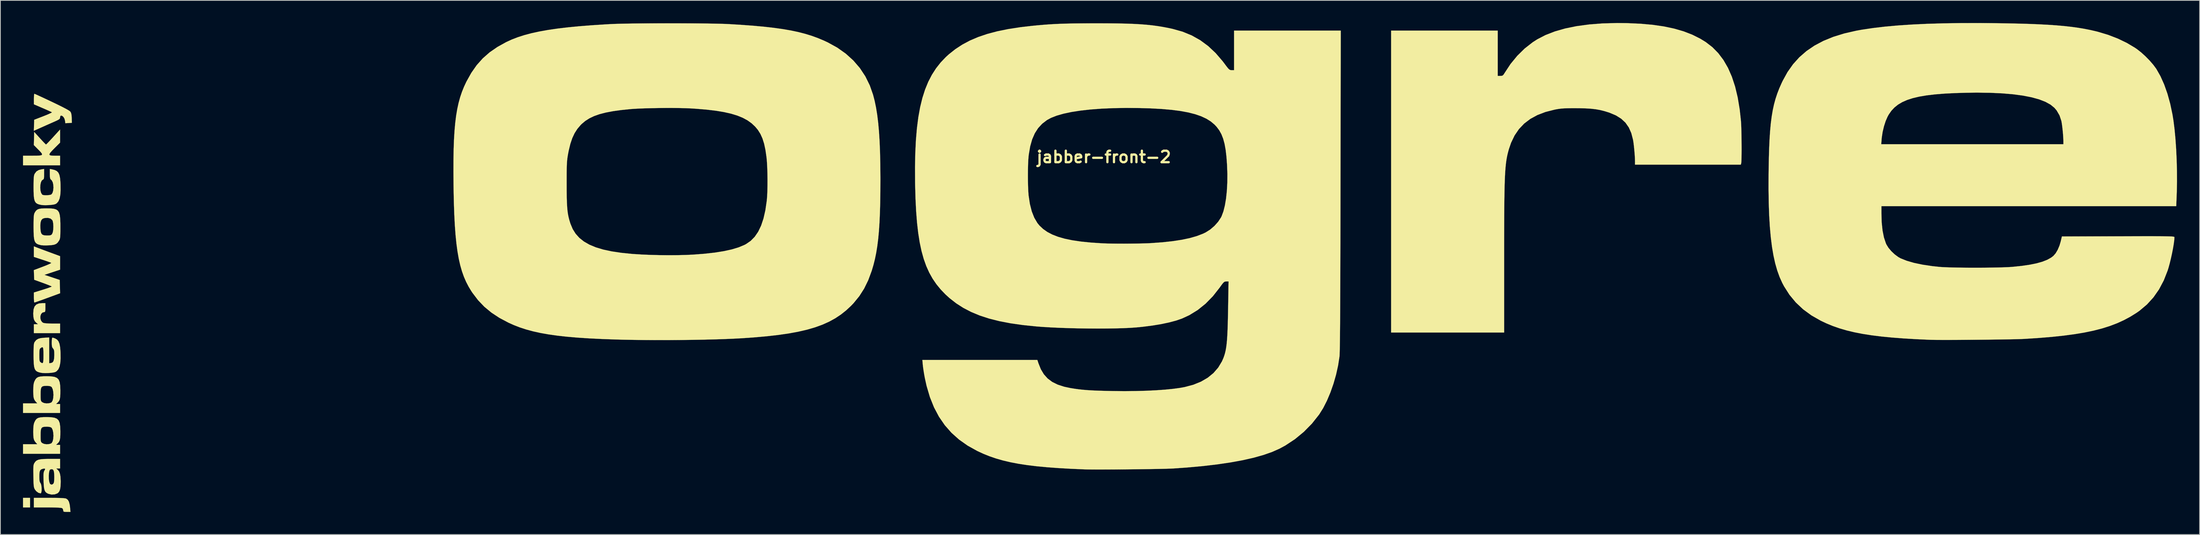
<source format=kicad_pcb>
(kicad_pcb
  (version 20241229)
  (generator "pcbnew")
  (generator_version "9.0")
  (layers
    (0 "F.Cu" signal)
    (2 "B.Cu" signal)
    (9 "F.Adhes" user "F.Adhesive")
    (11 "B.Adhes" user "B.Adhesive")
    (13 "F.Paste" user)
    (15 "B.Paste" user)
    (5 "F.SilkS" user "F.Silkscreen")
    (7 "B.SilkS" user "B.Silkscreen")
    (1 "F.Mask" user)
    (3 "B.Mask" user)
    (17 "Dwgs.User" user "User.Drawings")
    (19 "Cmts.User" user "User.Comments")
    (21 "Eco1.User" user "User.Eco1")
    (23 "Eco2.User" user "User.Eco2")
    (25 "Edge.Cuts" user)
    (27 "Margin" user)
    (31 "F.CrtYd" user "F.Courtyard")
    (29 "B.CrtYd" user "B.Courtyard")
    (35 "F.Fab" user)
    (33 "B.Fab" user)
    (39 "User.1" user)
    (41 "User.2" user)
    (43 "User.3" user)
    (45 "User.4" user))
  (footprint "jabber-front-2"
    (layer "F.Cu")
    (at 143.346 17.772)
    (property "Reference" "jabber-front-2" (at 0 0 0) (layer "F.SilkS") (effects (font (size 1.524 1.524) (thickness 0.3))))
    (attr through_hole)
    (fp_poly (pts (xy -142.409 46.482) (xy -143.341 46.482) (xy -143.341 45.212) (xy -142.409 45.212) (xy -142.409 46.482)) (stroke (width 0.01) (type solid)) (fill yes) (layer "F.SilkS"))
    (fp_poly (pts (xy -139.11 45.216) (xy -138.51 45.228) (xy -138.066 45.249) (xy -137.77 45.278) (xy -137.623 45.313) (xy -137.408 45.471) (xy -137.254 45.732) (xy -137.152 46.119) (xy -137.107 46.475) (xy -137.051 47.075) (xy -137.529 47.075) (xy -137.8 47.069) (xy -137.943 47.042) (xy -137.998 46.974) (xy -138.007 46.866) (xy -138.071 46.663) (xy -138.17 46.57) (xy -138.311 46.54) (xy -138.602 46.515) (xy -139.021 46.497) (xy -139.55 46.486) (xy -140.118 46.482) (xy -141.901 46.482) (xy -141.901 45.212) (xy -139.873 45.212) (xy -139.11 45.216)) (stroke (width 0.01) (type solid)) (fill yes) (layer "F.SilkS"))
    (fp_poly (pts (xy -140.377 19.981) (xy -140.382 20.293) (xy -140.403 20.471) (xy -140.449 20.553) (xy -140.533 20.574) (xy -140.547 20.574) (xy -140.781 20.645) (xy -140.945 20.83) (xy -141.034 21.088) (xy -141.046 21.378) (xy -140.976 21.66) (xy -140.823 21.892) (xy -140.66 22.004) (xy -140.494 22.042) (xy -140.201 22.072) (xy -139.821 22.092) (xy -139.442 22.098) (xy -138.43 22.098) (xy -138.43 23.368) (xy -141.901 23.368) (xy -141.901 22.183) (xy -141.626 22.182) (xy -141.351 22.182) (xy -141.581 21.992) (xy -141.781 21.778) (xy -141.907 21.509) (xy -141.971 21.145) (xy -141.986 20.734) (xy -141.944 20.213) (xy -141.811 19.83) (xy -141.577 19.573) (xy -141.231 19.429) (xy -140.805 19.389) (xy -140.377 19.389) (xy -140.377 19.981)) (stroke (width 0.01) (type solid)) (fill yes) (layer "F.SilkS"))
    (fp_poly (pts (xy -138.43 -1.901) (xy -139.15 -1.185) (xy -139.507 -0.822) (xy -139.739 -0.556) (xy -139.846 -0.374) (xy -139.827 -0.26) (xy -139.683 -0.198) (xy -139.414 -0.173) (xy -139.15 -0.169) (xy -138.43 -0.169) (xy -138.43 1.101) (xy -143.341 1.101) (xy -143.341 -0.169) (xy -142.071 -0.169) (xy -141.528 -0.172) (xy -141.144 -0.19) (xy -140.909 -0.233) (xy -140.812 -0.315) (xy -140.844 -0.448) (xy -140.993 -0.644) (xy -141.251 -0.915) (xy -141.354 -1.019) (xy -141.908 -1.577) (xy -141.859 -3.32) (xy -141.101 -2.486) (xy -140.818 -2.178) (xy -140.575 -1.921) (xy -140.395 -1.739) (xy -140.301 -1.654) (xy -140.294 -1.651) (xy -140.223 -1.71) (xy -140.059 -1.874) (xy -139.822 -2.122) (xy -139.533 -2.431) (xy -139.337 -2.645) (xy -138.43 -3.64) (xy -138.43 -1.901)) (stroke (width 0.01) (type solid)) (fill yes) (layer "F.SilkS"))
    (fp_poly (pts (xy -141.499 12.014) (xy -141.282 12.097) (xy -140.943 12.225) (xy -140.52 12.383) (xy -140.05 12.557) (xy -139.763 12.663) (xy -138.43 13.154) (xy -138.43 14.949) (xy -139.467 15.291) (xy -140.504 15.634) (xy -138.472 16.312) (xy -138.449 17.194) (xy -138.425 18.076) (xy -140.1 18.692) (xy -140.601 18.875) (xy -141.048 19.036) (xy -141.417 19.167) (xy -141.684 19.259) (xy -141.824 19.303) (xy -141.838 19.306) (xy -141.868 19.227) (xy -141.89 19.02) (xy -141.901 18.724) (xy -141.901 18.64) (xy -141.901 17.976) (xy -140.716 17.608) (xy -140.298 17.474) (xy -139.945 17.355) (xy -139.685 17.259) (xy -139.546 17.198) (xy -139.531 17.184) (xy -139.606 17.137) (xy -139.813 17.046) (xy -140.124 16.922) (xy -140.51 16.776) (xy -140.695 16.708) (xy -141.859 16.288) (xy -141.908 15.007) (xy -140.718 14.557) (xy -140.31 14.398) (xy -139.97 14.255) (xy -139.726 14.141) (xy -139.602 14.067) (xy -139.593 14.049) (xy -139.693 14.002) (xy -139.924 13.915) (xy -140.253 13.799) (xy -140.65 13.665) (xy -140.78 13.622) (xy -141.901 13.255) (xy -141.901 11.856) (xy -141.499 12.014)) (stroke (width 0.01) (type solid)) (fill yes) (layer "F.SilkS"))
    (fp_poly (pts (xy -141.748 -8.347) (xy -141.525 -8.248) (xy -141.188 -8.094) (xy -140.756 -7.895) (xy -140.249 -7.658) (xy -139.687 -7.393) (xy -139.497 -7.303) (xy -138.702 -6.921) (xy -138.063 -6.603) (xy -137.58 -6.349) (xy -137.252 -6.158) (xy -137.078 -6.029) (xy -137.059 -6.008) (xy -136.963 -5.818) (xy -136.906 -5.54) (xy -136.882 -5.162) (xy -136.864 -4.53) (xy -137.296 -4.504) (xy -137.729 -4.479) (xy -137.777 -4.838) (xy -137.85 -5.092) (xy -137.974 -5.299) (xy -138.123 -5.441) (xy -138.268 -5.498) (xy -138.379 -5.453) (xy -138.429 -5.287) (xy -138.43 -5.261) (xy -138.442 -5.146) (xy -138.495 -5.052) (xy -138.619 -4.958) (xy -138.842 -4.842) (xy -139.191 -4.684) (xy -139.213 -4.674) (xy -139.628 -4.491) (xy -140.125 -4.271) (xy -140.632 -4.045) (xy -140.952 -3.903) (xy -141.908 -3.477) (xy -141.883 -4.206) (xy -141.859 -4.934) (xy -140.649 -5.402) (xy -140.238 -5.566) (xy -139.895 -5.713) (xy -139.647 -5.83) (xy -139.517 -5.907) (xy -139.506 -5.927) (xy -139.604 -5.98) (xy -139.829 -6.085) (xy -140.151 -6.23) (xy -140.541 -6.401) (xy -140.736 -6.485) (xy -141.898 -6.985) (xy -141.9 -7.684) (xy -141.893 -8.003) (xy -141.875 -8.246) (xy -141.848 -8.373) (xy -141.838 -8.382) (xy -141.748 -8.347)) (stroke (width 0.01) (type solid)) (fill yes) (layer "F.SilkS"))
    (fp_poly (pts (xy -139.618 29.101) (xy -139.167 29.169) (xy -138.84 29.307) (xy -138.618 29.533) (xy -138.482 29.867) (xy -138.413 30.329) (xy -138.392 30.938) (xy -138.392 30.946) (xy -138.396 31.465) (xy -138.42 31.848) (xy -138.469 32.125) (xy -138.552 32.33) (xy -138.674 32.494) (xy -138.742 32.562) (xy -138.963 32.766) (xy -138.43 32.766) (xy -138.43 33.951) (xy -143.341 33.951) (xy -143.341 32.681) (xy -141.448 32.681) (xy -141.622 32.491) (xy -141.778 32.297) (xy -141.883 32.098) (xy -141.946 31.853) (xy -141.976 31.522) (xy -141.976 31.506) (xy -141.012 31.506) (xy -141.009 31.898) (xy -140.996 32.157) (xy -140.965 32.321) (xy -140.908 32.428) (xy -140.819 32.514) (xy -140.812 32.519) (xy -140.571 32.635) (xy -140.253 32.686) (xy -139.924 32.673) (xy -139.649 32.595) (xy -139.54 32.521) (xy -139.41 32.293) (xy -139.332 31.955) (xy -139.306 31.559) (xy -139.331 31.156) (xy -139.406 30.798) (xy -139.53 30.535) (xy -139.568 30.491) (xy -139.746 30.399) (xy -140.058 30.359) (xy -140.208 30.356) (xy -140.531 30.368) (xy -140.754 30.423) (xy -140.895 30.545) (xy -140.973 30.762) (xy -141.006 31.099) (xy -141.012 31.506) (xy -141.976 31.506) (xy -141.984 31.066) (xy -141.984 31.015) (xy -141.976 30.548) (xy -141.948 30.207) (xy -141.897 29.95) (xy -141.822 29.746) (xy -141.684 29.487) (xy -141.524 29.305) (xy -141.311 29.186) (xy -141.014 29.118) (xy -140.601 29.088) (xy -140.212 29.083) (xy -139.618 29.101)) (stroke (width 0.01) (type solid)) (fill yes) (layer "F.SilkS"))
    (fp_poly (pts (xy -139.618 34.52) (xy -139.167 34.588) (xy -138.84 34.725) (xy -138.618 34.951) (xy -138.482 35.286) (xy -138.413 35.748) (xy -138.392 36.357) (xy -138.392 36.364) (xy -138.396 36.884) (xy -138.42 37.266) (xy -138.469 37.544) (xy -138.552 37.749) (xy -138.674 37.913) (xy -138.742 37.98) (xy -138.963 38.185) (xy -138.43 38.185) (xy -138.43 39.37) (xy -143.341 39.37) (xy -143.341 38.1) (xy -141.448 38.1) (xy -141.622 37.91) (xy -141.778 37.716) (xy -141.883 37.517) (xy -141.946 37.271) (xy -141.976 36.941) (xy -141.976 36.925) (xy -141.012 36.925) (xy -141.009 37.316) (xy -140.996 37.575) (xy -140.965 37.74) (xy -140.908 37.847) (xy -140.819 37.933) (xy -140.812 37.938) (xy -140.571 38.053) (xy -140.253 38.105) (xy -139.924 38.092) (xy -139.649 38.014) (xy -139.54 37.94) (xy -139.41 37.712) (xy -139.332 37.374) (xy -139.306 36.978) (xy -139.331 36.575) (xy -139.406 36.216) (xy -139.53 35.953) (xy -139.568 35.909) (xy -139.746 35.818) (xy -140.058 35.777) (xy -140.208 35.774) (xy -140.531 35.787) (xy -140.754 35.841) (xy -140.895 35.964) (xy -140.973 36.181) (xy -141.006 36.518) (xy -141.012 36.925) (xy -141.976 36.925) (xy -141.984 36.484) (xy -141.984 36.433) (xy -141.976 35.966) (xy -141.948 35.625) (xy -141.897 35.368) (xy -141.822 35.164) (xy -141.684 34.906) (xy -141.524 34.723) (xy -141.311 34.605) (xy -141.014 34.537) (xy -140.601 34.507) (xy -140.212 34.502) (xy -139.618 34.52)) (stroke (width 0.01) (type solid)) (fill yes) (layer "F.SilkS"))
    (fp_poly (pts (xy -140.547 2.269) (xy -140.551 2.614) (xy -140.571 2.825) (xy -140.613 2.94) (xy -140.686 2.995) (xy -140.709 3.003) (xy -140.866 3.135) (xy -140.977 3.387) (xy -141.043 3.718) (xy -141.061 4.085) (xy -141.03 4.445) (xy -140.949 4.755) (xy -140.817 4.974) (xy -140.767 5.015) (xy -140.603 5.061) (xy -140.337 5.078) (xy -140.037 5.068) (xy -139.766 5.033) (xy -139.592 4.977) (xy -139.584 4.972) (xy -139.436 4.772) (xy -139.343 4.461) (xy -139.306 4.091) (xy -139.323 3.709) (xy -139.396 3.367) (xy -139.523 3.115) (xy -139.583 3.055) (xy -139.686 2.957) (xy -139.747 2.834) (xy -139.776 2.642) (xy -139.784 2.336) (xy -139.785 2.243) (xy -139.785 1.59) (xy -139.481 1.647) (xy -139.123 1.739) (xy -138.852 1.878) (xy -138.654 2.087) (xy -138.518 2.387) (xy -138.431 2.802) (xy -138.381 3.353) (xy -138.367 3.637) (xy -138.358 4.407) (xy -138.399 5.028) (xy -138.494 5.513) (xy -138.646 5.874) (xy -138.858 6.127) (xy -139.035 6.241) (xy -139.248 6.303) (xy -139.577 6.352) (xy -139.969 6.384) (xy -140.37 6.396) (xy -140.728 6.385) (xy -140.928 6.361) (xy -141.241 6.29) (xy -141.484 6.192) (xy -141.663 6.047) (xy -141.79 5.834) (xy -141.872 5.532) (xy -141.919 5.119) (xy -141.94 4.576) (xy -141.944 4.022) (xy -141.941 3.458) (xy -141.933 3.036) (xy -141.917 2.73) (xy -141.89 2.511) (xy -141.851 2.353) (xy -141.797 2.229) (xy -141.794 2.223) (xy -141.567 1.922) (xy -141.259 1.734) (xy -140.906 1.644) (xy -140.547 1.587) (xy -140.547 2.269)) (stroke (width 0.01) (type solid)) (fill yes) (layer "F.SilkS"))
    (fp_poly (pts (xy -139.684 6.826) (xy -139.269 6.868) (xy -138.953 6.96) (xy -138.723 7.12) (xy -138.564 7.366) (xy -138.465 7.716) (xy -138.412 8.188) (xy -138.39 8.799) (xy -138.388 9.271) (xy -138.389 9.824) (xy -138.396 10.236) (xy -138.41 10.535) (xy -138.435 10.747) (xy -138.472 10.901) (xy -138.524 11.024) (xy -138.557 11.082) (xy -138.737 11.344) (xy -138.939 11.521) (xy -139.202 11.631) (xy -139.565 11.693) (xy -139.912 11.719) (xy -140.294 11.731) (xy -140.647 11.726) (xy -140.911 11.705) (xy -140.97 11.695) (xy -141.267 11.618) (xy -141.497 11.519) (xy -141.668 11.376) (xy -141.79 11.169) (xy -141.87 10.876) (xy -141.916 10.477) (xy -141.938 9.951) (xy -141.944 9.277) (xy -141.944 9.271) (xy -141.943 9.076) (xy -141.048 9.076) (xy -141.041 9.406) (xy -141.006 9.837) (xy -140.928 10.126) (xy -140.786 10.301) (xy -140.556 10.388) (xy -140.213 10.414) (xy -140.154 10.414) (xy -139.854 10.407) (xy -139.672 10.375) (xy -139.557 10.301) (xy -139.474 10.192) (xy -139.385 9.956) (xy -139.332 9.614) (xy -139.316 9.223) (xy -139.337 8.84) (xy -139.396 8.524) (xy -139.461 8.369) (xy -139.691 8.169) (xy -140.038 8.078) (xy -140.48 8.098) (xy -140.736 8.186) (xy -140.91 8.365) (xy -141.012 8.655) (xy -141.048 9.076) (xy -141.943 9.076) (xy -141.942 8.692) (xy -141.934 8.256) (xy -141.92 7.937) (xy -141.895 7.708) (xy -141.86 7.545) (xy -141.81 7.419) (xy -141.794 7.388) (xy -141.648 7.161) (xy -141.481 7.002) (xy -141.259 6.899) (xy -140.951 6.842) (xy -140.525 6.819) (xy -140.212 6.816) (xy -139.684 6.826)) (stroke (width 0.01) (type solid)) (fill yes) (layer "F.SilkS"))
    (fp_poly (pts (xy -139.869 27.359) (xy -139.638 27.332) (xy -139.439 27.258) (xy -139.304 27.077) (xy -139.224 26.771) (xy -139.194 26.322) (xy -139.193 26.226) (xy -139.2 25.871) (xy -139.229 25.641) (xy -139.288 25.491) (xy -139.361 25.4) (xy -139.452 25.278) (xy -139.505 25.108) (xy -139.527 24.846) (xy -139.531 24.596) (xy -139.52 24.263) (xy -139.489 24.042) (xy -139.444 23.961) (xy -139.443 23.961) (xy -139.312 23.991) (xy -139.104 24.066) (xy -139.067 24.081) (xy -138.825 24.227) (xy -138.642 24.45) (xy -138.512 24.77) (xy -138.426 25.21) (xy -138.376 25.79) (xy -138.368 25.945) (xy -138.358 26.709) (xy -138.402 27.325) (xy -138.502 27.806) (xy -138.661 28.164) (xy -138.885 28.413) (xy -139.047 28.514) (xy -139.266 28.578) (xy -139.6 28.627) (xy -139.997 28.658) (xy -140.401 28.667) (xy -140.759 28.651) (xy -140.928 28.629) (xy -141.241 28.557) (xy -141.483 28.459) (xy -141.663 28.315) (xy -141.789 28.102) (xy -141.872 27.801) (xy -141.919 27.389) (xy -141.94 26.847) (xy -141.944 26.289) (xy -141.182 26.289) (xy -141.178 26.677) (xy -141.161 26.932) (xy -141.126 27.09) (xy -141.066 27.186) (xy -141.017 27.227) (xy -140.867 27.325) (xy -140.762 27.348) (xy -140.694 27.28) (xy -140.654 27.1) (xy -140.636 26.791) (xy -140.631 26.332) (xy -140.631 26.289) (xy -140.635 25.818) (xy -140.652 25.497) (xy -140.69 25.308) (xy -140.755 25.231) (xy -140.858 25.249) (xy -141.004 25.341) (xy -141.017 25.351) (xy -141.095 25.428) (xy -141.144 25.546) (xy -141.17 25.74) (xy -141.18 26.047) (xy -141.182 26.289) (xy -141.944 26.289) (xy -141.944 26.285) (xy -141.942 25.725) (xy -141.934 25.309) (xy -141.919 25.008) (xy -141.894 24.799) (xy -141.857 24.654) (xy -141.805 24.546) (xy -141.794 24.53) (xy -141.593 24.286) (xy -141.343 24.124) (xy -141.005 24.027) (xy -140.54 23.978) (xy -140.54 23.978) (xy -139.869 23.939) (xy -139.869 27.359)) (stroke (width 0.01) (type solid)) (fill yes) (layer "F.SilkS"))
    (fp_poly (pts (xy -138.43 41.317) (xy -138.947 41.317) (xy -138.727 41.508) (xy -138.56 41.711) (xy -138.446 42.001) (xy -138.377 42.402) (xy -138.349 42.94) (xy -138.348 43.095) (xy -138.363 43.639) (xy -138.418 44.042) (xy -138.519 44.332) (xy -138.675 44.535) (xy -138.795 44.623) (xy -139.155 44.755) (xy -139.574 44.773) (xy -139.984 44.676) (xy -140.011 44.665) (xy -140.221 44.553) (xy -140.375 44.408) (xy -140.482 44.204) (xy -140.552 43.913) (xy -140.594 43.508) (xy -140.618 42.961) (xy -140.618 42.954) (xy -140.629 42.477) (xy -140.628 42.282) (xy -139.932 42.282) (xy -139.923 42.674) (xy -139.876 43.026) (xy -139.797 43.29) (xy -139.734 43.388) (xy -139.558 43.468) (xy -139.38 43.397) (xy -139.274 43.26) (xy -139.229 43.082) (xy -139.202 42.79) (xy -139.194 42.441) (xy -139.206 42.088) (xy -139.236 41.787) (xy -139.277 41.614) (xy -139.378 41.45) (xy -139.544 41.413) (xy -139.594 41.418) (xy -139.731 41.45) (xy -139.813 41.536) (xy -139.867 41.719) (xy -139.898 41.9) (xy -139.932 42.282) (xy -140.628 42.282) (xy -140.627 42.138) (xy -140.609 41.904) (xy -140.574 41.743) (xy -140.518 41.624) (xy -140.507 41.606) (xy -140.41 41.421) (xy -140.442 41.336) (xy -140.613 41.339) (xy -140.704 41.357) (xy -140.92 41.429) (xy -141.06 41.552) (xy -141.141 41.758) (xy -141.176 42.079) (xy -141.182 42.38) (xy -141.173 42.761) (xy -141.142 43.012) (xy -141.083 43.174) (xy -141.034 43.241) (xy -140.955 43.402) (xy -140.902 43.652) (xy -140.876 43.943) (xy -140.878 44.23) (xy -140.909 44.465) (xy -140.97 44.602) (xy -141.008 44.619) (xy -141.297 44.543) (xy -141.578 44.339) (xy -141.755 44.118) (xy -141.824 43.995) (xy -141.875 43.862) (xy -141.91 43.69) (xy -141.935 43.45) (xy -141.951 43.115) (xy -141.963 42.654) (xy -141.969 42.333) (xy -141.977 41.793) (xy -141.978 41.394) (xy -141.969 41.108) (xy -141.949 40.907) (xy -141.914 40.762) (xy -141.863 40.646) (xy -141.819 40.571) (xy -141.684 40.39) (xy -141.52 40.255) (xy -141.302 40.16) (xy -141.005 40.098) (xy -140.602 40.063) (xy -140.069 40.049) (xy -139.745 40.047) (xy -138.43 40.047) (xy -138.43 41.317)) (stroke (width 0.01) (type solid)) (fill yes) (layer "F.SilkS"))
    (fp_poly (pts (xy 69.384 -17.753) (xy 71.16 -17.675) (xy 72.789 -17.529) (xy 74.283 -17.313) (xy 75.649 -17.023) (xy 76.899 -16.659) (xy 78.042 -16.217) (xy 79.087 -15.694) (xy 79.826 -15.241) (xy 80.7 -14.567) (xy 81.481 -13.775) (xy 82.171 -12.86) (xy 82.773 -11.819) (xy 83.287 -10.647) (xy 83.717 -9.34) (xy 84.062 -7.895) (xy 84.326 -6.307) (xy 84.493 -4.784) (xy 84.515 -4.442) (xy 84.535 -3.99) (xy 84.551 -3.455) (xy 84.564 -2.862) (xy 84.573 -2.238) (xy 84.578 -1.608) (xy 84.58 -0.998) (xy 84.577 -0.434) (xy 84.57 0.058) (xy 84.559 0.452) (xy 84.543 0.721) (xy 84.529 0.826) (xy 84.478 1.016) (xy 70.443 1.016) (xy 70.443 0.529) (xy 70.431 0.137) (xy 70.399 -0.361) (xy 70.353 -0.91) (xy 70.298 -1.454) (xy 70.238 -1.937) (xy 70.182 -2.286) (xy 69.954 -3.163) (xy 69.623 -3.913) (xy 69.18 -4.548) (xy 68.613 -5.077) (xy 67.914 -5.514) (xy 67.071 -5.87) (xy 66.959 -5.908) (xy 66.373 -6.088) (xy 65.81 -6.228) (xy 65.236 -6.331) (xy 64.616 -6.402) (xy 63.915 -6.446) (xy 63.098 -6.467) (xy 62.611 -6.47) (xy 61.958 -6.47) (xy 61.44 -6.462) (xy 61.021 -6.447) (xy 60.666 -6.42) (xy 60.341 -6.38) (xy 60.01 -6.324) (xy 59.786 -6.281) (xy 58.579 -5.975) (xy 57.506 -5.567) (xy 56.564 -5.055) (xy 55.746 -4.434) (xy 55.05 -3.701) (xy 54.471 -2.852) (xy 54.005 -1.883) (xy 53.719 -1.048) (xy 53.632 -0.738) (xy 53.553 -0.428) (xy 53.482 -0.111) (xy 53.419 0.224) (xy 53.362 0.587) (xy 53.313 0.986) (xy 53.269 1.432) (xy 53.231 1.934) (xy 53.199 2.501) (xy 53.172 3.144) (xy 53.149 3.871) (xy 53.131 4.692) (xy 53.117 5.617) (xy 53.105 6.655) (xy 53.097 7.816) (xy 53.092 9.109) (xy 53.088 10.544) (xy 53.086 12.131) (xy 53.086 13.651) (xy 53.086 23.283) (xy 38.1 23.283) (xy 38.1 -16.764) (xy 52.239 -16.764) (xy 52.239 -10.753) (xy 52.58 -10.753) (xy 52.787 -10.765) (xy 52.926 -10.829) (xy 53.051 -10.981) (xy 53.152 -11.145) (xy 53.938 -12.337) (xy 54.83 -13.422) (xy 55.812 -14.386) (xy 56.87 -15.213) (xy 57.479 -15.605) (xy 58.572 -16.17) (xy 59.81 -16.65) (xy 61.189 -17.045) (xy 62.707 -17.355) (xy 64.362 -17.578) (xy 66.152 -17.716) (xy 68.072 -17.767) (xy 69.384 -17.753)) (stroke (width 0.01) (type solid)) (fill yes) (layer "F.SilkS"))
    (fp_poly (pts (xy 117.729 -17.752) (xy 119.513 -17.728) (xy 121.141 -17.695) (xy 122.625 -17.653) (xy 123.978 -17.599) (xy 125.213 -17.534) (xy 126.341 -17.457) (xy 127.377 -17.365) (xy 128.331 -17.259) (xy 129.218 -17.136) (xy 130.05 -16.997) (xy 130.839 -16.84) (xy 131.599 -16.664) (xy 131.846 -16.601) (xy 133.189 -16.198) (xy 134.475 -15.702) (xy 135.67 -15.127) (xy 136.743 -14.489) (xy 137.028 -14.293) (xy 137.575 -13.864) (xy 138.144 -13.348) (xy 138.693 -12.788) (xy 139.181 -12.225) (xy 139.566 -11.704) (xy 139.583 -11.678) (xy 140.127 -10.721) (xy 140.62 -9.619) (xy 141.054 -8.391) (xy 141.423 -7.057) (xy 141.722 -5.634) (xy 141.853 -4.826) (xy 141.997 -3.682) (xy 142.117 -2.408) (xy 142.211 -1.042) (xy 142.278 0.378) (xy 142.316 1.814) (xy 142.323 3.228) (xy 142.298 4.581) (xy 142.285 4.932) (xy 142.222 6.519) (xy 103.124 6.519) (xy 103.124 7.496) (xy 103.161 8.692) (xy 103.271 9.75) (xy 103.453 10.665) (xy 103.708 11.433) (xy 103.781 11.599) (xy 104.05 12.039) (xy 104.432 12.494) (xy 104.883 12.92) (xy 105.359 13.272) (xy 105.664 13.443) (xy 106.473 13.767) (xy 107.443 14.048) (xy 108.571 14.284) (xy 109.853 14.476) (xy 110.786 14.577) (xy 111.221 14.608) (xy 111.8 14.634) (xy 112.497 14.655) (xy 113.287 14.671) (xy 114.146 14.681) (xy 115.047 14.687) (xy 115.965 14.687) (xy 116.874 14.682) (xy 117.751 14.672) (xy 118.568 14.657) (xy 119.302 14.637) (xy 119.926 14.612) (xy 120.415 14.582) (xy 120.481 14.576) (xy 121.706 14.45) (xy 122.772 14.295) (xy 123.688 14.111) (xy 124.464 13.894) (xy 125.108 13.642) (xy 125.628 13.353) (xy 125.925 13.126) (xy 126.224 12.784) (xy 126.502 12.314) (xy 126.739 11.757) (xy 126.902 11.207) (xy 127.059 10.541) (xy 134.523 10.519) (xy 135.819 10.516) (xy 136.956 10.513) (xy 137.944 10.511) (xy 138.794 10.511) (xy 139.517 10.512) (xy 140.121 10.514) (xy 140.619 10.518) (xy 141.02 10.525) (xy 141.334 10.533) (xy 141.572 10.543) (xy 141.745 10.556) (xy 141.862 10.572) (xy 141.933 10.59) (xy 141.971 10.612) (xy 141.984 10.636) (xy 141.984 10.646) (xy 141.958 11.034) (xy 141.89 11.547) (xy 141.789 12.149) (xy 141.661 12.802) (xy 141.514 13.47) (xy 141.356 14.116) (xy 141.195 14.704) (xy 141.082 15.064) (xy 140.568 16.373) (xy 139.941 17.558) (xy 139.199 18.62) (xy 138.339 19.563) (xy 137.36 20.388) (xy 136.945 20.679) (xy 136.136 21.182) (xy 135.289 21.637) (xy 134.39 22.047) (xy 133.43 22.413) (xy 132.396 22.74) (xy 131.276 23.029) (xy 130.058 23.283) (xy 128.732 23.505) (xy 127.284 23.698) (xy 125.704 23.865) (xy 123.98 24.007) (xy 122.1 24.129) (xy 122.005 24.134) (xy 121.654 24.149) (xy 121.155 24.164) (xy 120.529 24.179) (xy 119.794 24.193) (xy 118.971 24.207) (xy 118.08 24.219) (xy 117.142 24.231) (xy 116.175 24.241) (xy 115.2 24.25) (xy 114.238 24.257) (xy 113.308 24.263) (xy 112.429 24.266) (xy 111.623 24.267) (xy 110.91 24.266) (xy 110.308 24.263) (xy 109.839 24.256) (xy 109.559 24.249) (xy 107.717 24.165) (xy 106.032 24.065) (xy 104.491 23.946) (xy 103.081 23.808) (xy 101.791 23.646) (xy 100.606 23.46) (xy 99.517 23.247) (xy 98.508 23.004) (xy 97.569 22.73) (xy 96.687 22.423) (xy 95.85 22.08) (xy 95.077 21.715) (xy 93.841 21.011) (xy 92.74 20.206) (xy 91.77 19.295) (xy 90.926 18.276) (xy 90.204 17.144) (xy 89.97 16.701) (xy 89.621 15.926) (xy 89.312 15.07) (xy 89.041 14.124) (xy 88.809 13.08) (xy 88.613 11.929) (xy 88.454 10.663) (xy 88.329 9.275) (xy 88.238 7.754) (xy 88.18 6.094) (xy 88.154 4.286) (xy 88.159 2.322) (xy 88.165 1.82) (xy 88.192 0.291) (xy 88.231 -1.084) (xy 88.259 -1.693) (xy 103.099 -1.693) (xy 127.254 -1.693) (xy 127.254 -2.15) (xy 127.242 -2.534) (xy 127.209 -3.014) (xy 127.161 -3.537) (xy 127.104 -4.047) (xy 127.042 -4.49) (xy 126.988 -4.784) (xy 126.746 -5.512) (xy 126.368 -6.164) (xy 126.065 -6.523) (xy 125.55 -6.945) (xy 124.874 -7.318) (xy 124.039 -7.642) (xy 123.047 -7.916) (xy 121.9 -8.141) (xy 120.6 -8.316) (xy 119.147 -8.44) (xy 117.545 -8.514) (xy 115.794 -8.536) (xy 114.427 -8.521) (xy 112.872 -8.475) (xy 111.475 -8.404) (xy 110.226 -8.304) (xy 109.117 -8.172) (xy 108.137 -8.007) (xy 107.277 -7.804) (xy 106.528 -7.561) (xy 105.88 -7.275) (xy 105.323 -6.944) (xy 104.848 -6.563) (xy 104.445 -6.131) (xy 104.105 -5.645) (xy 103.942 -5.354) (xy 103.685 -4.766) (xy 103.46 -4.069) (xy 103.283 -3.323) (xy 103.171 -2.589) (xy 103.153 -2.4) (xy 103.099 -1.693) (xy 88.259 -1.693) (xy 88.287 -2.322) (xy 88.36 -3.436) (xy 88.453 -4.444) (xy 88.57 -5.359) (xy 88.711 -6.198) (xy 88.88 -6.976) (xy 89.079 -7.709) (xy 89.311 -8.411) (xy 89.577 -9.099) (xy 89.881 -9.787) (xy 90.04 -10.12) (xy 90.672 -11.266) (xy 91.402 -12.299) (xy 92.237 -13.226) (xy 93.183 -14.048) (xy 94.245 -14.771) (xy 95.43 -15.399) (xy 96.744 -15.935) (xy 98.193 -16.383) (xy 99.784 -16.747) (xy 100.542 -16.884) (xy 102 -17.101) (xy 103.587 -17.288) (xy 105.308 -17.443) (xy 107.167 -17.567) (xy 109.169 -17.662) (xy 111.32 -17.726) (xy 113.624 -17.76) (xy 116.087 -17.765) (xy 117.729 -17.752)) (stroke (width 0.01) (type solid)) (fill yes) (layer "F.SilkS"))
    (fp_poly (pts (xy -56.915 -17.731) (xy -55.765 -17.728) (xy -54.647 -17.723) (xy -53.58 -17.714) (xy -52.584 -17.702) (xy -51.679 -17.687) (xy -50.886 -17.669) (xy -50.223 -17.649) (xy -49.742 -17.627) (xy -48.032 -17.522) (xy -46.477 -17.406) (xy -45.063 -17.277) (xy -43.777 -17.131) (xy -42.603 -16.967) (xy -41.529 -16.782) (xy -40.539 -16.573) (xy -39.62 -16.337) (xy -38.759 -16.073) (xy -37.94 -15.776) (xy -37.151 -15.446) (xy -36.618 -15.198) (xy -35.356 -14.503) (xy -34.224 -13.701) (xy -33.224 -12.797) (xy -32.359 -11.793) (xy -31.631 -10.69) (xy -31.041 -9.49) (xy -30.61 -8.261) (xy -30.398 -7.445) (xy -30.215 -6.559) (xy -30.058 -5.59) (xy -29.928 -4.528) (xy -29.823 -3.359) (xy -29.742 -2.072) (xy -29.685 -0.656) (xy -29.649 0.903) (xy -29.635 2.616) (xy -29.634 2.972) (xy -29.641 4.634) (xy -29.663 6.141) (xy -29.702 7.507) (xy -29.759 8.747) (xy -29.835 9.874) (xy -29.932 10.902) (xy -30.051 11.846) (xy -30.193 12.719) (xy -30.36 13.536) (xy -30.553 14.311) (xy -30.774 15.057) (xy -30.787 15.1) (xy -31.247 16.342) (xy -31.791 17.454) (xy -32.434 18.461) (xy -33.19 19.387) (xy -33.526 19.738) (xy -34.179 20.347) (xy -34.875 20.899) (xy -35.622 21.395) (xy -36.433 21.841) (xy -37.317 22.238) (xy -38.286 22.59) (xy -39.349 22.901) (xy -40.519 23.172) (xy -41.805 23.409) (xy -43.218 23.612) (xy -44.769 23.787) (xy -46.469 23.936) (xy -48.006 24.043) (xy -49.083 24.101) (xy -50.304 24.152) (xy -51.645 24.195) (xy -53.081 24.231) (xy -54.588 24.258) (xy -56.141 24.277) (xy -57.715 24.287) (xy -59.285 24.288) (xy -60.828 24.28) (xy -62.318 24.263) (xy -63.731 24.236) (xy -64.77 24.208) (xy -66.6 24.142) (xy -68.274 24.06) (xy -69.803 23.96) (xy -71.198 23.84) (xy -72.473 23.699) (xy -73.639 23.534) (xy -74.708 23.345) (xy -75.692 23.128) (xy -76.602 22.882) (xy -77.452 22.606) (xy -78.252 22.296) (xy -78.967 21.975) (xy -80.17 21.337) (xy -81.227 20.639) (xy -82.16 19.867) (xy -82.989 19.002) (xy -83.731 18.028) (xy -83.881 17.804) (xy -84.248 17.2) (xy -84.577 16.565) (xy -84.871 15.888) (xy -85.13 15.158) (xy -85.357 14.363) (xy -85.554 13.493) (xy -85.722 12.536) (xy -85.864 11.481) (xy -85.981 10.317) (xy -86.075 9.034) (xy -86.148 7.619) (xy -86.202 6.061) (xy -86.239 4.35) (xy -86.248 3.683) (xy -86.25 3.522) (xy -71.244 3.522) (xy -71.244 3.598) (xy -71.241 4.55) (xy -71.231 5.355) (xy -71.211 6.035) (xy -71.18 6.612) (xy -71.136 7.108) (xy -71.077 7.544) (xy -70.999 7.944) (xy -70.902 8.33) (xy -70.783 8.722) (xy -70.735 8.867) (xy -70.442 9.564) (xy -70.053 10.185) (xy -69.559 10.735) (xy -68.954 11.215) (xy -68.23 11.631) (xy -67.38 11.985) (xy -66.397 12.281) (xy -65.272 12.522) (xy -64 12.713) (xy -62.571 12.857) (xy -62.442 12.867) (xy -61.374 12.935) (xy -60.202 12.985) (xy -58.973 13.017) (xy -57.732 13.029) (xy -56.526 13.022) (xy -55.402 12.995) (xy -54.525 12.954) (xy -52.987 12.839) (xy -51.611 12.685) (xy -50.395 12.492) (xy -49.335 12.259) (xy -48.431 11.985) (xy -47.678 11.671) (xy -47.456 11.555) (xy -46.839 11.131) (xy -46.302 10.585) (xy -45.841 9.912) (xy -45.454 9.105) (xy -45.138 8.159) (xy -44.89 7.068) (xy -44.708 5.826) (xy -44.7 5.757) (xy -44.655 5.211) (xy -44.625 4.537) (xy -44.609 3.776) (xy -44.606 2.969) (xy -44.618 2.157) (xy -44.643 1.381) (xy -44.68 0.681) (xy -44.731 0.099) (xy -44.738 0.042) (xy -44.877 -0.926) (xy -45.053 -1.75) (xy -45.274 -2.453) (xy -45.548 -3.06) (xy -45.884 -3.593) (xy -46.248 -4.029) (xy -46.717 -4.469) (xy -47.261 -4.858) (xy -47.888 -5.198) (xy -48.611 -5.493) (xy -49.441 -5.745) (xy -50.388 -5.958) (xy -51.464 -6.136) (xy -52.679 -6.28) (xy -54.046 -6.395) (xy -54.794 -6.443) (xy -55.445 -6.471) (xy -56.221 -6.49) (xy -57.088 -6.5) (xy -58.013 -6.501) (xy -58.962 -6.493) (xy -59.901 -6.477) (xy -60.797 -6.454) (xy -61.617 -6.423) (xy -62.327 -6.385) (xy -62.78 -6.352) (xy -64.025 -6.224) (xy -65.116 -6.072) (xy -66.068 -5.891) (xy -66.896 -5.676) (xy -67.613 -5.422) (xy -68.234 -5.125) (xy -68.774 -4.78) (xy -69.247 -4.383) (xy -69.384 -4.246) (xy -69.825 -3.729) (xy -70.193 -3.154) (xy -70.5 -2.497) (xy -70.757 -1.732) (xy -70.974 -0.835) (xy -71.059 -0.397) (xy -71.109 -0.104) (xy -71.15 0.17) (xy -71.182 0.449) (xy -71.206 0.756) (xy -71.223 1.114) (xy -71.234 1.546) (xy -71.241 2.076) (xy -71.244 2.727) (xy -71.244 3.522) (xy -86.25 3.522) (xy -86.262 1.97) (xy -86.257 0.412) (xy -86.233 -1.002) (xy -86.187 -2.284) (xy -86.117 -3.448) (xy -86.023 -4.506) (xy -85.903 -5.47) (xy -85.755 -6.352) (xy -85.578 -7.166) (xy -85.37 -7.924) (xy -85.13 -8.637) (xy -84.855 -9.319) (xy -84.545 -9.982) (xy -84.536 -10) (xy -83.889 -11.159) (xy -83.175 -12.179) (xy -82.372 -13.078) (xy -81.464 -13.876) (xy -80.43 -14.591) (xy -79.267 -15.235) (xy -78.53 -15.574) (xy -77.732 -15.882) (xy -76.861 -16.162) (xy -75.909 -16.415) (xy -74.864 -16.643) (xy -73.716 -16.848) (xy -72.454 -17.032) (xy -71.069 -17.196) (xy -69.55 -17.343) (xy -67.886 -17.473) (xy -66.067 -17.59) (xy -65.405 -17.627) (xy -64.865 -17.65) (xy -64.179 -17.67) (xy -63.364 -17.688) (xy -62.442 -17.703) (xy -61.433 -17.714) (xy -60.355 -17.723) (xy -59.23 -17.729) (xy -58.077 -17.732) (xy -56.915 -17.731)) (stroke (width 0.01) (type solid)) (fill yes) (layer "F.SilkS"))
    (fp_poly (pts (xy 0.51 -17.727) (xy 1.759 -17.714) (xy 2.875 -17.691) (xy 3.878 -17.655) (xy 4.786 -17.606) (xy 5.617 -17.543) (xy 6.389 -17.463) (xy 7.122 -17.365) (xy 7.834 -17.249) (xy 8.544 -17.113) (xy 9.134 -16.985) (xy 10.442 -16.617) (xy 11.656 -16.119) (xy 12.785 -15.485) (xy 13.837 -14.709) (xy 14.823 -13.784) (xy 15.752 -12.704) (xy 16.002 -12.375) (xy 16.268 -12.019) (xy 16.459 -11.778) (xy 16.601 -11.63) (xy 16.719 -11.552) (xy 16.836 -11.521) (xy 16.954 -11.516) (xy 17.272 -11.515) (xy 17.272 -16.764) (xy 31.42 -16.764) (xy 31.385 4.424) (xy 31.381 6.863) (xy 31.377 9.136) (xy 31.372 11.249) (xy 31.367 13.205) (xy 31.362 15.007) (xy 31.356 16.661) (xy 31.35 18.171) (xy 31.344 19.54) (xy 31.338 20.772) (xy 31.331 21.872) (xy 31.323 22.844) (xy 31.315 23.692) (xy 31.307 24.42) (xy 31.298 25.033) (xy 31.288 25.533) (xy 31.278 25.926) (xy 31.268 26.215) (xy 31.256 26.406) (xy 31.251 26.458) (xy 31.067 27.652) (xy 30.798 28.867) (xy 30.454 30.071) (xy 30.047 31.233) (xy 29.587 32.322) (xy 29.087 33.306) (xy 28.556 34.153) (xy 28.549 34.163) (xy 27.601 35.36) (xy 26.527 36.452) (xy 25.346 37.426) (xy 24.073 38.266) (xy 23.283 38.694) (xy 22.304 39.127) (xy 21.161 39.526) (xy 19.858 39.892) (xy 18.397 40.223) (xy 16.78 40.518) (xy 15.011 40.778) (xy 13.093 41.003) (xy 11.027 41.19) (xy 9.186 41.319) (xy 8.831 41.336) (xy 8.328 41.352) (xy 7.697 41.368) (xy 6.96 41.383) (xy 6.137 41.397) (xy 5.25 41.41) (xy 4.319 41.422) (xy 3.365 41.433) (xy 2.41 41.441) (xy 1.473 41.448) (xy 0.577 41.452) (xy -0.258 41.454) (xy -1.011 41.454) (xy -1.661 41.451) (xy -2.187 41.445) (xy -2.569 41.435) (xy -2.582 41.435) (xy -4.387 41.357) (xy -6.035 41.263) (xy -7.54 41.152) (xy -8.915 41.022) (xy -10.173 40.869) (xy -11.327 40.692) (xy -12.389 40.489) (xy -13.372 40.257) (xy -14.289 39.995) (xy -15.154 39.699) (xy -15.979 39.368) (xy -16.776 39) (xy -16.806 38.985) (xy -18.069 38.282) (xy -19.202 37.483) (xy -20.211 36.581) (xy -21.098 35.572) (xy -21.868 34.451) (xy -22.524 33.212) (xy -23.07 31.85) (xy -23.51 30.361) (xy -23.745 29.295) (xy -23.833 28.814) (xy -23.913 28.32) (xy -23.976 27.875) (xy -24.01 27.58) (xy -24.069 26.924) (xy -8.819 26.924) (xy -8.673 27.369) (xy -8.356 28.158) (xy -7.955 28.826) (xy -7.457 29.382) (xy -6.851 29.836) (xy -6.124 30.197) (xy -5.262 30.475) (xy -4.466 30.645) (xy -3.906 30.737) (xy -3.351 30.814) (xy -2.777 30.876) (xy -2.158 30.927) (xy -1.469 30.968) (xy -0.686 31) (xy 0.218 31.026) (xy 1.228 31.047) (xy 2.738 31.06) (xy 4.197 31.047) (xy 5.585 31.01) (xy 6.887 30.948) (xy 8.085 30.864) (xy 9.163 30.757) (xy 10.102 30.63) (xy 10.717 30.518) (xy 11.861 30.215) (xy 12.88 29.803) (xy 13.772 29.285) (xy 14.535 28.663) (xy 15.165 27.938) (xy 15.661 27.113) (xy 15.856 26.67) (xy 15.97 26.353) (xy 16.069 26.022) (xy 16.154 25.663) (xy 16.225 25.258) (xy 16.285 24.794) (xy 16.335 24.253) (xy 16.376 23.62) (xy 16.41 22.881) (xy 16.438 22.018) (xy 16.462 21.016) (xy 16.482 19.918) (xy 16.538 16.51) (xy 16.236 16.51) (xy 16.102 16.518) (xy 15.988 16.559) (xy 15.869 16.655) (xy 15.719 16.829) (xy 15.514 17.107) (xy 15.355 17.33) (xy 14.456 18.473) (xy 13.485 19.463) (xy 12.443 20.3) (xy 11.33 20.983) (xy 10.383 21.421) (xy 9.597 21.694) (xy 8.66 21.944) (xy 7.593 22.169) (xy 6.414 22.363) (xy 5.14 22.525) (xy 4.318 22.606) (xy 3.521 22.663) (xy 2.581 22.706) (xy 1.524 22.736) (xy 0.373 22.754) (xy -0.844 22.759) (xy -2.102 22.752) (xy -3.377 22.732) (xy -4.641 22.701) (xy -5.871 22.659) (xy -7.041 22.605) (xy -8.125 22.54) (xy -8.975 22.474) (xy -10.753 22.291) (xy -12.38 22.059) (xy -13.867 21.773) (xy -15.224 21.43) (xy -16.464 21.026) (xy -17.597 20.556) (xy -18.635 20.017) (xy -19.589 19.405) (xy -20.47 18.716) (xy -21.007 18.227) (xy -21.638 17.571) (xy -22.206 16.878) (xy -22.712 16.137) (xy -23.159 15.337) (xy -23.551 14.468) (xy -23.89 13.519) (xy -24.179 12.479) (xy -24.421 11.338) (xy -24.619 10.086) (xy -24.776 8.711) (xy -24.894 7.203) (xy -24.977 5.552) (xy -25.028 3.747) (xy -25.034 3.387) (xy -25.038 2.422) (xy -10.072 2.422) (xy -10.068 3.16) (xy -10.052 3.864) (xy -10.027 4.492) (xy -9.991 5.003) (xy -9.982 5.098) (xy -9.811 6.233) (xy -9.56 7.221) (xy -9.227 8.063) (xy -8.813 8.763) (xy -8.543 9.094) (xy -8.065 9.546) (xy -7.5 9.945) (xy -6.838 10.291) (xy -6.071 10.589) (xy -5.189 10.842) (xy -4.18 11.051) (xy -3.037 11.219) (xy -1.748 11.35) (xy -0.305 11.446) (xy -0.042 11.459) (xy 0.495 11.477) (xy 1.162 11.49) (xy 1.922 11.497) (xy 2.736 11.498) (xy 3.566 11.493) (xy 4.375 11.483) (xy 5.124 11.468) (xy 5.775 11.449) (xy 6.235 11.427) (xy 7.754 11.317) (xy 9.114 11.17) (xy 10.326 10.984) (xy 11.394 10.759) (xy 12.329 10.492) (xy 13.137 10.182) (xy 13.504 10.007) (xy 14.102 9.629) (xy 14.668 9.144) (xy 15.16 8.592) (xy 15.539 8.015) (xy 15.618 7.855) (xy 15.856 7.218) (xy 16.052 6.436) (xy 16.205 5.528) (xy 16.313 4.516) (xy 16.372 3.417) (xy 16.382 2.253) (xy 16.341 1.079) (xy 16.264 -0.001) (xy 16.156 -0.933) (xy 16.012 -1.734) (xy 15.826 -2.422) (xy 15.593 -3.017) (xy 15.306 -3.535) (xy 14.96 -3.996) (xy 14.681 -4.293) (xy 14.188 -4.709) (xy 13.602 -5.076) (xy 12.914 -5.398) (xy 12.116 -5.674) (xy 11.201 -5.907) (xy 10.159 -6.1) (xy 8.983 -6.253) (xy 7.665 -6.368) (xy 6.196 -6.448) (xy 4.741 -6.49) (xy 2.949 -6.505) (xy 1.262 -6.478) (xy -0.312 -6.41) (xy -1.765 -6.302) (xy -3.093 -6.154) (xy -4.288 -5.969) (xy -5.342 -5.746) (xy -6.25 -5.486) (xy -7.005 -5.191) (xy -7.543 -4.899) (xy -8.183 -4.408) (xy -8.721 -3.825) (xy -9.16 -3.139) (xy -9.509 -2.337) (xy -9.771 -1.408) (xy -9.954 -0.34) (xy -9.986 -0.067) (xy -10.024 0.404) (xy -10.05 1.003) (xy -10.066 1.689) (xy -10.072 2.422) (xy -25.038 2.422) (xy -25.044 1.36) (xy -25.008 -0.51) (xy -24.924 -2.235) (xy -24.79 -3.821) (xy -24.604 -5.276) (xy -24.362 -6.611) (xy -24.064 -7.832) (xy -23.707 -8.948) (xy -23.288 -9.969) (xy -22.805 -10.901) (xy -22.257 -11.754) (xy -21.641 -12.536) (xy -20.954 -13.255) (xy -20.557 -13.617) (xy -19.699 -14.298) (xy -18.771 -14.905) (xy -17.763 -15.442) (xy -16.661 -15.912) (xy -15.454 -16.32) (xy -14.129 -16.67) (xy -12.675 -16.966) (xy -11.08 -17.212) (xy -9.525 -17.393) (xy -8.731 -17.47) (xy -7.98 -17.535) (xy -7.248 -17.589) (xy -6.511 -17.632) (xy -5.745 -17.666) (xy -4.925 -17.692) (xy -4.027 -17.711) (xy -3.028 -17.722) (xy -1.903 -17.729) (xy -0.889 -17.731) (xy 0.51 -17.727)) (stroke (width 0.01) (type solid)) (fill yes) (layer "F.SilkS")))
  (gr_rect
    (start -3 -3)
    (end 288.674 67.851)
    (stroke (width 0.1) (type default))
    (fill no)
    (layer "Edge.Cuts")))
</source>
